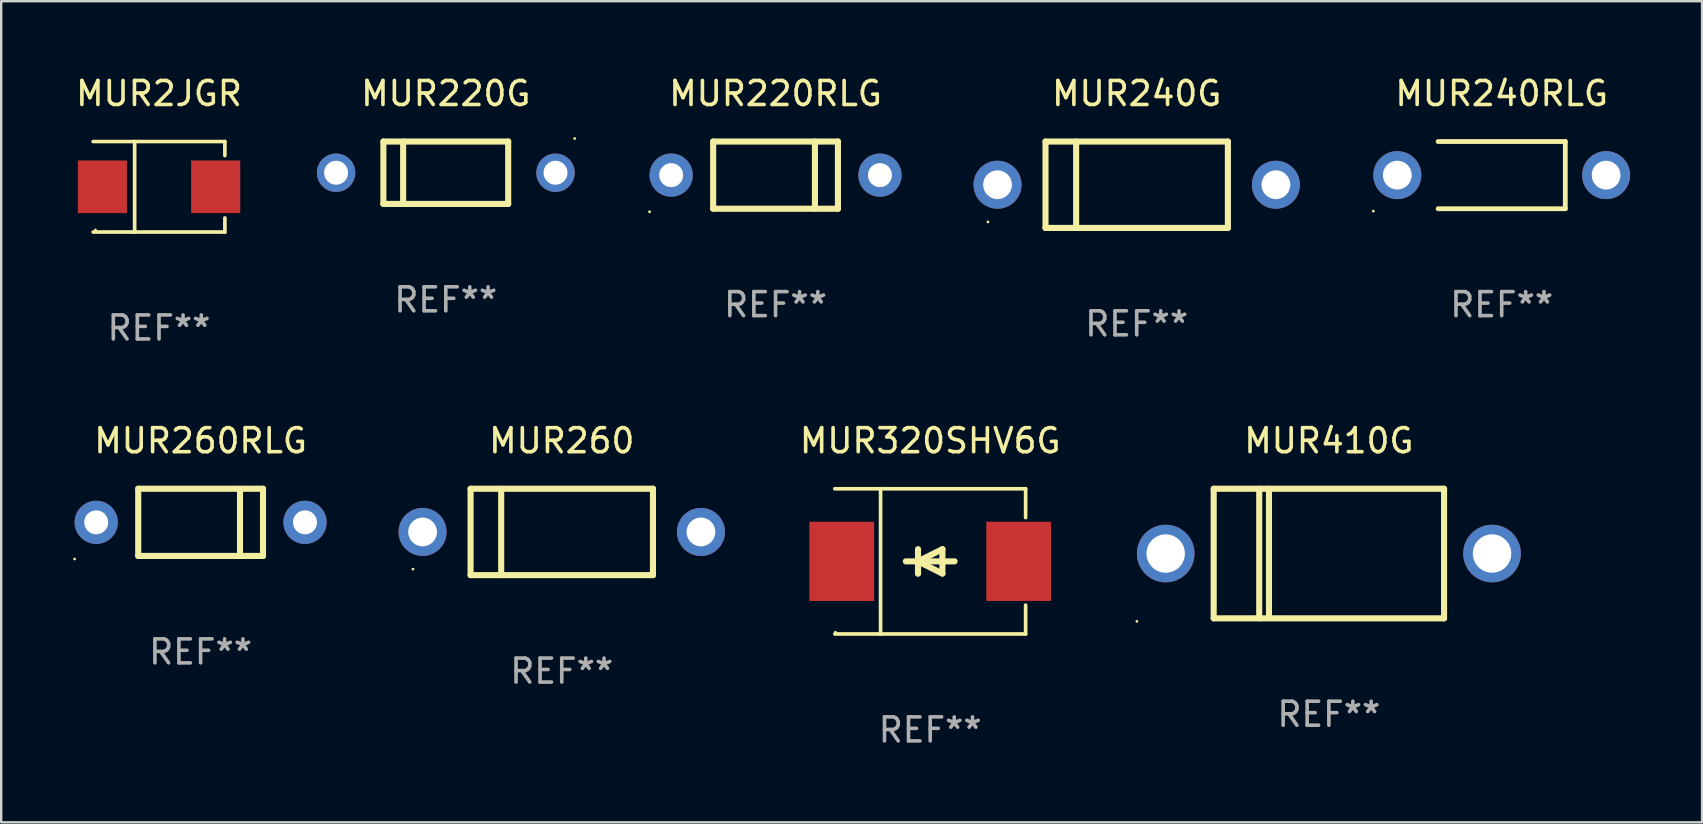
<source format=kicad_pcb>
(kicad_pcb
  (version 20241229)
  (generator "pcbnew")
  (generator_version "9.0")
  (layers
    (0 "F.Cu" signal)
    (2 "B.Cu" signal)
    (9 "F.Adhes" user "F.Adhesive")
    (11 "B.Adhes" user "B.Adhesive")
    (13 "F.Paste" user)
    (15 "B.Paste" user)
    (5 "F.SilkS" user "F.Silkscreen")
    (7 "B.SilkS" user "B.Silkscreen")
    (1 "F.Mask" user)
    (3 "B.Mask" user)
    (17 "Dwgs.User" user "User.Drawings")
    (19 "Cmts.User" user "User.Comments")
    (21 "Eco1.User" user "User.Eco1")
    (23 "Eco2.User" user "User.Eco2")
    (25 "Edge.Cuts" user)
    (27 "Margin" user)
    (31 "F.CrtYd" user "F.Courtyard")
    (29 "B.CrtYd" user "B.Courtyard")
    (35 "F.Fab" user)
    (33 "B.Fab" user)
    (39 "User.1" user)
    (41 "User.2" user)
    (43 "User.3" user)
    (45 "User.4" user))
  (footprint "MUR320SHV6G"
    (layer "F.Cu")
    (at 35.714 20.343)
    (property "Reference" "MUR320SHV6G" (at 0 -5.026 0) (layer "F.SilkS") (effects (font (size 1 1) (thickness 0.15))))
    (attr through_hole)
    (fp_line (start -3.976 -3.026) (end 3.976 -3.026) (stroke (width 0.152) (type solid)) (layer "F.SilkS"))
    (fp_line (start -3.976 3.026) (end 3.976 3.026) (stroke (width 0.152) (type solid)) (layer "F.SilkS"))
    (fp_line (start -2.069 -3.026) (end -2.069 3.026) (stroke (width 0.152) (type solid)) (layer "F.SilkS"))
    (fp_line (start -0.508 0) (end -0.508 0.508) (stroke (width 0.254) (type solid)) (layer "F.SilkS"))
    (fp_line (start -0.508 0) (end 0.508 0.508) (stroke (width 0.254) (type solid)) (layer "F.SilkS"))
    (fp_line (start -0.508 0.508) (end -0.508 -0.508) (stroke (width 0.254) (type solid)) (layer "F.SilkS"))
    (fp_line (start 0.508 -0.508) (end -0.508 0) (stroke (width 0.254) (type solid)) (layer "F.SilkS"))
    (fp_line (start 0.508 0.508) (end 0.508 -0.508) (stroke (width 0.254) (type solid)) (layer "F.SilkS"))
    (fp_line (start 1.016 0) (end -1.016 0) (stroke (width 0.254) (type solid)) (layer "F.SilkS"))
    (fp_line (start 3.976 -3.026) (end 3.976 -1.823) (stroke (width 0.152) (type solid)) (layer "F.SilkS"))
    (fp_line (start 3.976 3.026) (end 3.976 1.823) (stroke (width 0.152) (type solid)) (layer "F.SilkS"))
    (fp_circle (center -3.95 2.95) (end -3.92 2.95) (stroke (width 0.06) (type solid)) (fill no) (layer "F.SilkS"))
    (fp_text user "REF**" (at 0 7.026 0) (layer "F.Fab") (effects (font (size 1 1) (thickness 0.15))))
    (pad "1" smd rect (at -3.686 0) (size 2.7 3.3) (layers "F.Cu" "F.Mask" "F.Paste"))
    (pad "2" smd rect (at 3.686 0) (size 2.7 3.3) (layers "F.Cu" "F.Mask" "F.Paste")))
  (footprint "MUR260RLG"
    (layer "F.Cu")
    (at 5.31 18.717)
    (property "Reference" "MUR260RLG" (at 0 -3.4 0) (layer "F.SilkS") (effects (font (size 1 1) (thickness 0.15))))
    (attr through_hole)
    (fp_line (start -2.6 1.4) (end -2.6 -1.4) (stroke (width 0.254) (type solid)) (layer "F.SilkS"))
    (fp_line (start 1.641 1.4) (end 1.641 -1.4) (stroke (width 0.254) (type solid)) (layer "F.SilkS"))
    (fp_line (start 2.6 -1.4) (end -2.6 -1.4) (stroke (width 0.254) (type solid)) (layer "F.SilkS"))
    (fp_line (start 2.6 1.4) (end -2.6 1.4) (stroke (width 0.254) (type solid)) (layer "F.SilkS"))
    (fp_line (start 2.6 1.4) (end 2.6 -1.4) (stroke (width 0.254) (type solid)) (layer "F.SilkS"))
    (fp_circle (center -5.25 1.527) (end -5.22 1.527) (stroke (width 0.06) (type solid)) (fill no) (layer "F.SilkS"))
    (fp_text user "REF**" (at 0 5.4 0) (layer "F.Fab") (effects (font (size 1 1) (thickness 0.15))))
    (pad "1" thru_hole circle (at -4.35 0) (size 1.8 1.8) (drill 1) (layers "*.Cu" "*.Mask"))
    (pad "2" thru_hole circle (at 4.35 0) (size 1.8 1.8) (drill 1) (layers "*.Cu" "*.Mask")))
  (footprint "MUR410G"
    (layer "F.Cu")
    (at 52.327 20.017)
    (property "Reference" "MUR410G" (at 0 -4.7 0) (layer "F.SilkS") (effects (font (size 1 1) (thickness 0.15))))
    (attr through_hole)
    (fp_line (start -4.8 -2.7) (end -4.8 2.7) (stroke (width 0.254) (type solid)) (layer "F.SilkS"))
    (fp_line (start -4.8 -2.7) (end 4.8 -2.7) (stroke (width 0.254) (type solid)) (layer "F.SilkS"))
    (fp_line (start -2.902 -2.7) (end -2.902 2.7) (stroke (width 0.254) (type solid)) (layer "F.SilkS"))
    (fp_line (start -2.496 -2.7) (end -2.496 2.54) (stroke (width 0.254) (type solid)) (layer "F.SilkS"))
    (fp_line (start 4.8 -2.7) (end 4.8 2.7) (stroke (width 0.254) (type solid)) (layer "F.SilkS"))
    (fp_line (start 4.8 2.7) (end -4.8 2.7) (stroke (width 0.254) (type solid)) (layer "F.SilkS"))
    (fp_circle (center -8 2.827) (end -7.97 2.827) (stroke (width 0.06) (type solid)) (fill no) (layer "F.SilkS"))
    (fp_text user "REF**" (at 0 6.7 0) (layer "F.Fab") (effects (font (size 1 1) (thickness 0.15))))
    (pad "1" thru_hole circle (at -6.8 0) (size 2.4 2.4) (drill 1.6) (layers "*.Cu" "*.Mask"))
    (pad "2" thru_hole circle (at 6.8 0) (size 2.4 2.4) (drill 1.6) (layers "*.Cu" "*.Mask")))
  (footprint "MUR220G"
    (layer "F.Cu")
    (at 15.527 4.148)
    (property "Reference" "MUR220G" (at 0 -3.3 0) (layer "F.SilkS") (effects (font (size 1 1) (thickness 0.15))))
    (attr through_hole)
    (fp_line (start -2.6 -1.3) (end 2.6 -1.3) (stroke (width 0.254) (type solid)) (layer "F.SilkS"))
    (fp_line (start -2.6 1.3) (end -2.6 -1.3) (stroke (width 0.254) (type solid)) (layer "F.SilkS"))
    (fp_line (start -1.777 1.3) (end -1.777 -1.3) (stroke (width 0.254) (type solid)) (layer "F.SilkS"))
    (fp_line (start 2.6 -1.3) (end 2.6 1.3) (stroke (width 0.254) (type solid)) (layer "F.SilkS"))
    (fp_line (start 2.6 1.3) (end -2.6 1.3) (stroke (width 0.254) (type solid)) (layer "F.SilkS"))
    (fp_circle (center 5.372 -1.427) (end 5.402 -1.427) (stroke (width 0.06) (type solid)) (fill no) (layer "F.SilkS"))
    (fp_text user "REF**" (at 0 5.3 0) (layer "F.Fab") (effects (font (size 1 1) (thickness 0.15))))
    (pad "1" thru_hole circle (at 4.572 0) (size 1.6 1.6) (drill 1) (layers "*.Cu" "*.Mask"))
    (pad "2" thru_hole circle (at -4.572 0) (size 1.6 1.6) (drill 1) (layers "*.Cu" "*.Mask")))
  (footprint "MUR240G"
    (layer "F.Cu")
    (at 44.319 4.648)
    (property "Reference" "MUR240G" (at 0 -3.8 0) (layer "F.SilkS") (effects (font (size 1 1) (thickness 0.15))))
    (attr through_hole)
    (fp_line (start -3.8 -1.8) (end -3.8 1.8) (stroke (width 0.254) (type solid)) (layer "F.SilkS"))
    (fp_line (start -3.8 -1.8) (end 3.8 -1.8) (stroke (width 0.254) (type solid)) (layer "F.SilkS"))
    (fp_line (start -3.8 1.8) (end 3.8 1.8) (stroke (width 0.254) (type solid)) (layer "F.SilkS"))
    (fp_line (start -2.524 -1.8) (end -2.524 1.8) (stroke (width 0.254) (type solid)) (layer "F.SilkS"))
    (fp_line (start 3.8 -1.8) (end 3.8 1.8) (stroke (width 0.254) (type solid)) (layer "F.SilkS"))
    (fp_circle (center -6.2 1.55) (end -6.17 1.55) (stroke (width 0.06) (type solid)) (fill no) (layer "F.SilkS"))
    (fp_text user "REF**" (at 0 5.8 0) (layer "F.Fab") (effects (font (size 1 1) (thickness 0.15))))
    (pad "1" thru_hole circle (at -5.8 0) (size 2 2) (drill 1.2) (layers "*.Cu" "*.Mask"))
    (pad "2" thru_hole circle (at 5.8 0) (size 2 2) (drill 1.2) (layers "*.Cu" "*.Mask")))
  (footprint "MUR220RLG"
    (layer "F.Cu")
    (at 29.269 4.248)
    (property "Reference" "MUR220RLG" (at 0 -3.4 0) (layer "F.SilkS") (effects (font (size 1 1) (thickness 0.15))))
    (attr through_hole)
    (fp_line (start -2.6 1.4) (end -2.6 -1.4) (stroke (width 0.254) (type solid)) (layer "F.SilkS"))
    (fp_line (start 1.641 1.4) (end 1.641 -1.4) (stroke (width 0.254) (type solid)) (layer "F.SilkS"))
    (fp_line (start 2.6 -1.4) (end -2.6 -1.4) (stroke (width 0.254) (type solid)) (layer "F.SilkS"))
    (fp_line (start 2.6 1.4) (end -2.6 1.4) (stroke (width 0.254) (type solid)) (layer "F.SilkS"))
    (fp_line (start 2.6 1.4) (end 2.6 -1.4) (stroke (width 0.254) (type solid)) (layer "F.SilkS"))
    (fp_circle (center -5.25 1.527) (end -5.22 1.527) (stroke (width 0.06) (type solid)) (fill no) (layer "F.SilkS"))
    (fp_text user "REF**" (at 0 5.4 0) (layer "F.Fab") (effects (font (size 1 1) (thickness 0.15))))
    (pad "1" thru_hole circle (at -4.35 0) (size 1.8 1.8) (drill 1) (layers "*.Cu" "*.Mask"))
    (pad "2" thru_hole circle (at 4.35 0) (size 1.8 1.8) (drill 1) (layers "*.Cu" "*.Mask")))
  (footprint "MUR240RLG"
    (layer "F.Cu")
    (at 59.529 4.248)
    (property "Reference" "MUR240RLG" (at 0 -3.4 0) (layer "F.SilkS") (effects (font (size 1 1) (thickness 0.15))))
    (attr through_hole)
    (fp_line (start -2.65 1.4) (end 2.65 1.4) (stroke (width 0.2) (type solid)) (layer "F.SilkS"))
    (fp_line (start 2.65 -1.4) (end -2.65 -1.4) (stroke (width 0.2) (type solid)) (layer "F.SilkS"))
    (fp_line (start 2.65 1.4) (end 2.65 -1.4) (stroke (width 0.2) (type solid)) (layer "F.SilkS"))
    (fp_circle (center -5.35 1.5) (end -5.32 1.5) (stroke (width 0.06) (type solid)) (fill no) (layer "F.SilkS"))
    (fp_text user "REF**" (at 0 5.4 0) (layer "F.Fab") (effects (font (size 1 1) (thickness 0.15))))
    (pad "1" thru_hole circle (at -4.35 0) (size 2 2) (drill 1.2) (layers "*.Cu" "*.Mask"))
    (pad "2" thru_hole circle (at 4.35 0) (size 2 2) (drill 1.2) (layers "*.Cu" "*.Mask")))
  (footprint "MUR2JGR"
    (layer "F.Cu")
    (at 3.577 4.734)
    (property "Reference" "MUR2JGR" (at 0 -3.886 0) (layer "F.SilkS") (effects (font (size 1 1) (thickness 0.15))))
    (attr through_hole)
    (fp_line (start -2.744 -1.886) (end 2.744 -1.886) (stroke (width 0.152) (type solid)) (layer "F.SilkS"))
    (fp_line (start -2.744 1.886) (end 2.744 1.886) (stroke (width 0.152) (type solid)) (layer "F.SilkS"))
    (fp_line (start -1.016 -1.886) (end -1.016 1.886) (stroke (width 0.152) (type solid)) (layer "F.SilkS"))
    (fp_line (start 2.744 -1.886) (end 2.744 -1.299) (stroke (width 0.152) (type solid)) (layer "F.SilkS"))
    (fp_line (start 2.744 1.886) (end 2.744 1.299) (stroke (width 0.152) (type solid)) (layer "F.SilkS"))
    (fp_circle (center -2.65 1.8) (end -2.62 1.8) (stroke (width 0.06) (type solid)) (fill no) (layer "F.SilkS"))
    (fp_text user "REF**" (at 0 5.886 0) (layer "F.Fab") (effects (font (size 1 1) (thickness 0.15))))
    (pad "1" smd rect (at -2.361 0) (size 2.047 2.192) (layers "F.Cu" "F.Mask" "F.Paste"))
    (pad "2" smd rect (at 2.361 0) (size 2.047 2.192) (layers "F.Cu" "F.Mask" "F.Paste")))
  (footprint "MUR260"
    (layer "F.Cu")
    (at 20.36 19.117)
    (property "Reference" "MUR260" (at 0 -3.8 0) (layer "F.SilkS") (effects (font (size 1 1) (thickness 0.15))))
    (attr through_hole)
    (fp_line (start -3.8 -1.8) (end -3.8 1.8) (stroke (width 0.254) (type solid)) (layer "F.SilkS"))
    (fp_line (start -3.8 -1.8) (end 3.8 -1.8) (stroke (width 0.254) (type solid)) (layer "F.SilkS"))
    (fp_line (start -3.8 1.8) (end 3.8 1.8) (stroke (width 0.254) (type solid)) (layer "F.SilkS"))
    (fp_line (start -2.524 -1.8) (end -2.524 1.8) (stroke (width 0.254) (type solid)) (layer "F.SilkS"))
    (fp_line (start 3.8 -1.8) (end 3.8 1.8) (stroke (width 0.254) (type solid)) (layer "F.SilkS"))
    (fp_circle (center -6.2 1.55) (end -6.17 1.55) (stroke (width 0.06) (type solid)) (fill no) (layer "F.SilkS"))
    (fp_text user "REF**" (at 0 5.8 0) (layer "F.Fab") (effects (font (size 1 1) (thickness 0.15))))
    (pad "1" thru_hole circle (at -5.8 0) (size 2 2) (drill 1.2) (layers "*.Cu" "*.Mask"))
    (pad "2" thru_hole circle (at 5.8 0) (size 2 2) (drill 1.2) (layers "*.Cu" "*.Mask")))
  (gr_rect
    (start -3 -3)
    (end 67.879 31.218)
    (stroke (width 0.1) (type default))
    (fill no)
    (layer "Edge.Cuts")))
</source>
